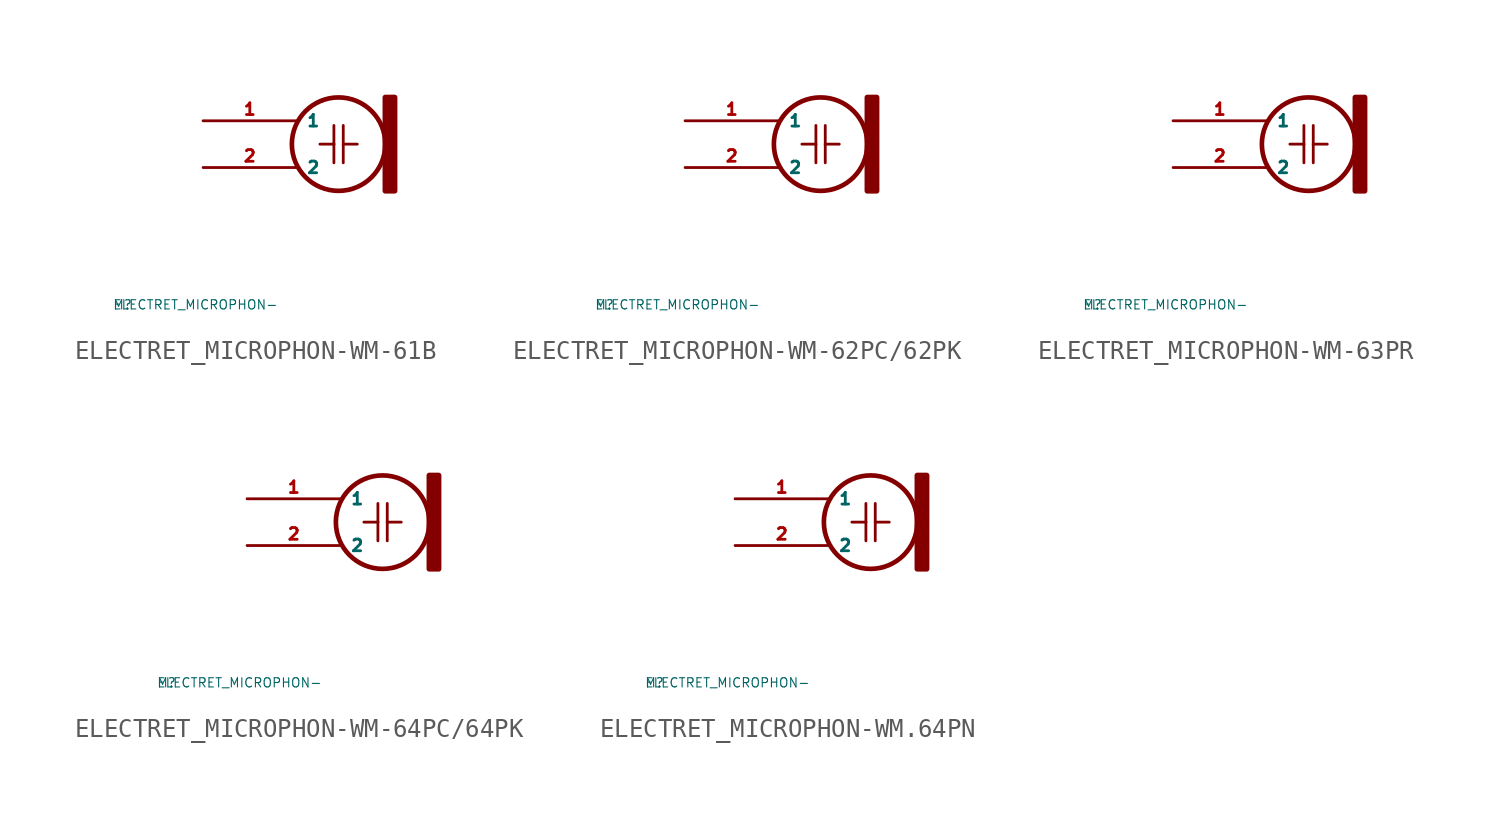
<source format=kicad_sym>
(kicad_symbol_lib
  (version 20220914)
  (generator Eagle2Kicad)
  (symbol "ELECTRET_MICROPHON-WM-61B"
    (property "Reference" "M"
      (at -10 -10 0)
      (effects (font (size 0.5 0.5) (thickness 0.06)) (justify left)))
    (property "Value" "ELECTRET_MICROPHON-"
      (at -10 -10 0)
      (effects (font (size 0.5 0.5) (thickness 0.06)) (justify left)))
    (polyline
      (pts (xy 1.27 -1.27) (xy 2.032 -1.27))
      (stroke (width 0.152) (type default))
      (fill (type none)))
    (polyline
      (pts (xy 2.032 -0.254) (xy 2.032 -1.27))
      (stroke (width 0.152) (type default))
      (fill (type none)))
    (polyline
      (pts (xy 2.032 -1.27) (xy 2.032 -2.286))
      (stroke (width 0.152) (type default))
      (fill (type none)))
    (polyline
      (pts (xy 2.54 -0.254) (xy 2.54 -1.27))
      (stroke (width 0.152) (type default))
      (fill (type none)))
    (polyline
      (pts (xy 2.54 -1.27) (xy 2.54 -2.286))
      (stroke (width 0.152) (type default))
      (fill (type none)))
    (polyline
      (pts (xy 2.54 -1.27) (xy 3.302 -1.27))
      (stroke (width 0.152) (type default))
      (fill (type none)))
    (circle
      (center 2.286 -1.27)
      (radius 2.54)
      (stroke (width 0.254) (type default))
      (fill (type none)))
    (rectangle
      (start 4.826 -3.81)
      (end 5.334 1.27)
      (stroke (width 0.3) (type default))
      (fill (type outline)))
    (pin passive line
      (at -5.08 0 0)
      (length 5.08)
      (name "1" (effects (font (size 0.635 0.635) (thickness 0.08)) (justify left bottom)))
      (number "1" (effects (font (size 0.635 0.635) (thickness 0.08)) (justify left bottom))))
    (pin passive line
      (at -5.08 -2.54 0)
      (length 5.08)
      (name "2" (effects (font (size 0.635 0.635) (thickness 0.08)) (justify left bottom)))
      (number "2" (effects (font (size 0.635 0.635) (thickness 0.08)) (justify left bottom)))))
  (symbol "ELECTRET_MICROPHON-WM-62PC/62PK"
    (property "Reference" "M"
      (at -10 -10 0)
      (effects (font (size 0.5 0.5) (thickness 0.06)) (justify left)))
    (property "Value" "ELECTRET_MICROPHON-"
      (at -10 -10 0)
      (effects (font (size 0.5 0.5) (thickness 0.06)) (justify left)))
    (polyline
      (pts (xy 1.27 -1.27) (xy 2.032 -1.27))
      (stroke (width 0.152) (type default))
      (fill (type none)))
    (polyline
      (pts (xy 2.032 -0.254) (xy 2.032 -1.27))
      (stroke (width 0.152) (type default))
      (fill (type none)))
    (polyline
      (pts (xy 2.032 -1.27) (xy 2.032 -2.286))
      (stroke (width 0.152) (type default))
      (fill (type none)))
    (polyline
      (pts (xy 2.54 -0.254) (xy 2.54 -1.27))
      (stroke (width 0.152) (type default))
      (fill (type none)))
    (polyline
      (pts (xy 2.54 -1.27) (xy 2.54 -2.286))
      (stroke (width 0.152) (type default))
      (fill (type none)))
    (polyline
      (pts (xy 2.54 -1.27) (xy 3.302 -1.27))
      (stroke (width 0.152) (type default))
      (fill (type none)))
    (circle
      (center 2.286 -1.27)
      (radius 2.54)
      (stroke (width 0.254) (type default))
      (fill (type none)))
    (rectangle
      (start 4.826 -3.81)
      (end 5.334 1.27)
      (stroke (width 0.3) (type default))
      (fill (type outline)))
    (pin passive line
      (at -5.08 0 0)
      (length 5.08)
      (name "1" (effects (font (size 0.635 0.635) (thickness 0.08)) (justify left bottom)))
      (number "1" (effects (font (size 0.635 0.635) (thickness 0.08)) (justify left bottom))))
    (pin passive line
      (at -5.08 -2.54 0)
      (length 5.08)
      (name "2" (effects (font (size 0.635 0.635) (thickness 0.08)) (justify left bottom)))
      (number "2" (effects (font (size 0.635 0.635) (thickness 0.08)) (justify left bottom)))))
  (symbol "ELECTRET_MICROPHON-WM-63PR"
    (property "Reference" "M"
      (at -10 -10 0)
      (effects (font (size 0.5 0.5) (thickness 0.06)) (justify left)))
    (property "Value" "ELECTRET_MICROPHON-"
      (at -10 -10 0)
      (effects (font (size 0.5 0.5) (thickness 0.06)) (justify left)))
    (polyline
      (pts (xy 1.27 -1.27) (xy 2.032 -1.27))
      (stroke (width 0.152) (type default))
      (fill (type none)))
    (polyline
      (pts (xy 2.032 -0.254) (xy 2.032 -1.27))
      (stroke (width 0.152) (type default))
      (fill (type none)))
    (polyline
      (pts (xy 2.032 -1.27) (xy 2.032 -2.286))
      (stroke (width 0.152) (type default))
      (fill (type none)))
    (polyline
      (pts (xy 2.54 -0.254) (xy 2.54 -1.27))
      (stroke (width 0.152) (type default))
      (fill (type none)))
    (polyline
      (pts (xy 2.54 -1.27) (xy 2.54 -2.286))
      (stroke (width 0.152) (type default))
      (fill (type none)))
    (polyline
      (pts (xy 2.54 -1.27) (xy 3.302 -1.27))
      (stroke (width 0.152) (type default))
      (fill (type none)))
    (circle
      (center 2.286 -1.27)
      (radius 2.54)
      (stroke (width 0.254) (type default))
      (fill (type none)))
    (rectangle
      (start 4.826 -3.81)
      (end 5.334 1.27)
      (stroke (width 0.3) (type default))
      (fill (type outline)))
    (pin passive line
      (at -5.08 0 0)
      (length 5.08)
      (name "1" (effects (font (size 0.635 0.635) (thickness 0.08)) (justify left bottom)))
      (number "1" (effects (font (size 0.635 0.635) (thickness 0.08)) (justify left bottom))))
    (pin passive line
      (at -5.08 -2.54 0)
      (length 5.08)
      (name "2" (effects (font (size 0.635 0.635) (thickness 0.08)) (justify left bottom)))
      (number "2" (effects (font (size 0.635 0.635) (thickness 0.08)) (justify left bottom)))))
  (symbol "ELECTRET_MICROPHON-WM-64PC/64PK"
    (property "Reference" "M"
      (at -10 -10 0)
      (effects (font (size 0.5 0.5) (thickness 0.06)) (justify left)))
    (property "Value" "ELECTRET_MICROPHON-"
      (at -10 -10 0)
      (effects (font (size 0.5 0.5) (thickness 0.06)) (justify left)))
    (polyline
      (pts (xy 1.27 -1.27) (xy 2.032 -1.27))
      (stroke (width 0.152) (type default))
      (fill (type none)))
    (polyline
      (pts (xy 2.032 -0.254) (xy 2.032 -1.27))
      (stroke (width 0.152) (type default))
      (fill (type none)))
    (polyline
      (pts (xy 2.032 -1.27) (xy 2.032 -2.286))
      (stroke (width 0.152) (type default))
      (fill (type none)))
    (polyline
      (pts (xy 2.54 -0.254) (xy 2.54 -1.27))
      (stroke (width 0.152) (type default))
      (fill (type none)))
    (polyline
      (pts (xy 2.54 -1.27) (xy 2.54 -2.286))
      (stroke (width 0.152) (type default))
      (fill (type none)))
    (polyline
      (pts (xy 2.54 -1.27) (xy 3.302 -1.27))
      (stroke (width 0.152) (type default))
      (fill (type none)))
    (circle
      (center 2.286 -1.27)
      (radius 2.54)
      (stroke (width 0.254) (type default))
      (fill (type none)))
    (rectangle
      (start 4.826 -3.81)
      (end 5.334 1.27)
      (stroke (width 0.3) (type default))
      (fill (type outline)))
    (pin passive line
      (at -5.08 0 0)
      (length 5.08)
      (name "1" (effects (font (size 0.635 0.635) (thickness 0.08)) (justify left bottom)))
      (number "1" (effects (font (size 0.635 0.635) (thickness 0.08)) (justify left bottom))))
    (pin passive line
      (at -5.08 -2.54 0)
      (length 5.08)
      (name "2" (effects (font (size 0.635 0.635) (thickness 0.08)) (justify left bottom)))
      (number "2" (effects (font (size 0.635 0.635) (thickness 0.08)) (justify left bottom)))))
  (symbol "ELECTRET_MICROPHON-WM.64PN"
    (property "Reference" "M"
      (at -10 -10 0)
      (effects (font (size 0.5 0.5) (thickness 0.06)) (justify left)))
    (property "Value" "ELECTRET_MICROPHON-"
      (at -10 -10 0)
      (effects (font (size 0.5 0.5) (thickness 0.06)) (justify left)))
    (polyline
      (pts (xy 1.27 -1.27) (xy 2.032 -1.27))
      (stroke (width 0.152) (type default))
      (fill (type none)))
    (polyline
      (pts (xy 2.032 -0.254) (xy 2.032 -1.27))
      (stroke (width 0.152) (type default))
      (fill (type none)))
    (polyline
      (pts (xy 2.032 -1.27) (xy 2.032 -2.286))
      (stroke (width 0.152) (type default))
      (fill (type none)))
    (polyline
      (pts (xy 2.54 -0.254) (xy 2.54 -1.27))
      (stroke (width 0.152) (type default))
      (fill (type none)))
    (polyline
      (pts (xy 2.54 -1.27) (xy 2.54 -2.286))
      (stroke (width 0.152) (type default))
      (fill (type none)))
    (polyline
      (pts (xy 2.54 -1.27) (xy 3.302 -1.27))
      (stroke (width 0.152) (type default))
      (fill (type none)))
    (circle
      (center 2.286 -1.27)
      (radius 2.54)
      (stroke (width 0.254) (type default))
      (fill (type none)))
    (rectangle
      (start 4.826 -3.81)
      (end 5.334 1.27)
      (stroke (width 0.3) (type default))
      (fill (type outline)))
    (pin passive line
      (at -5.08 0 0)
      (length 5.08)
      (name "1" (effects (font (size 0.635 0.635) (thickness 0.08)) (justify left bottom)))
      (number "1" (effects (font (size 0.635 0.635) (thickness 0.08)) (justify left bottom))))
    (pin passive line
      (at -5.08 -2.54 0)
      (length 5.08)
      (name "2" (effects (font (size 0.635 0.635) (thickness 0.08)) (justify left bottom)))
      (number "2" (effects (font (size 0.635 0.635) (thickness 0.08)) (justify left bottom))))))
</source>
